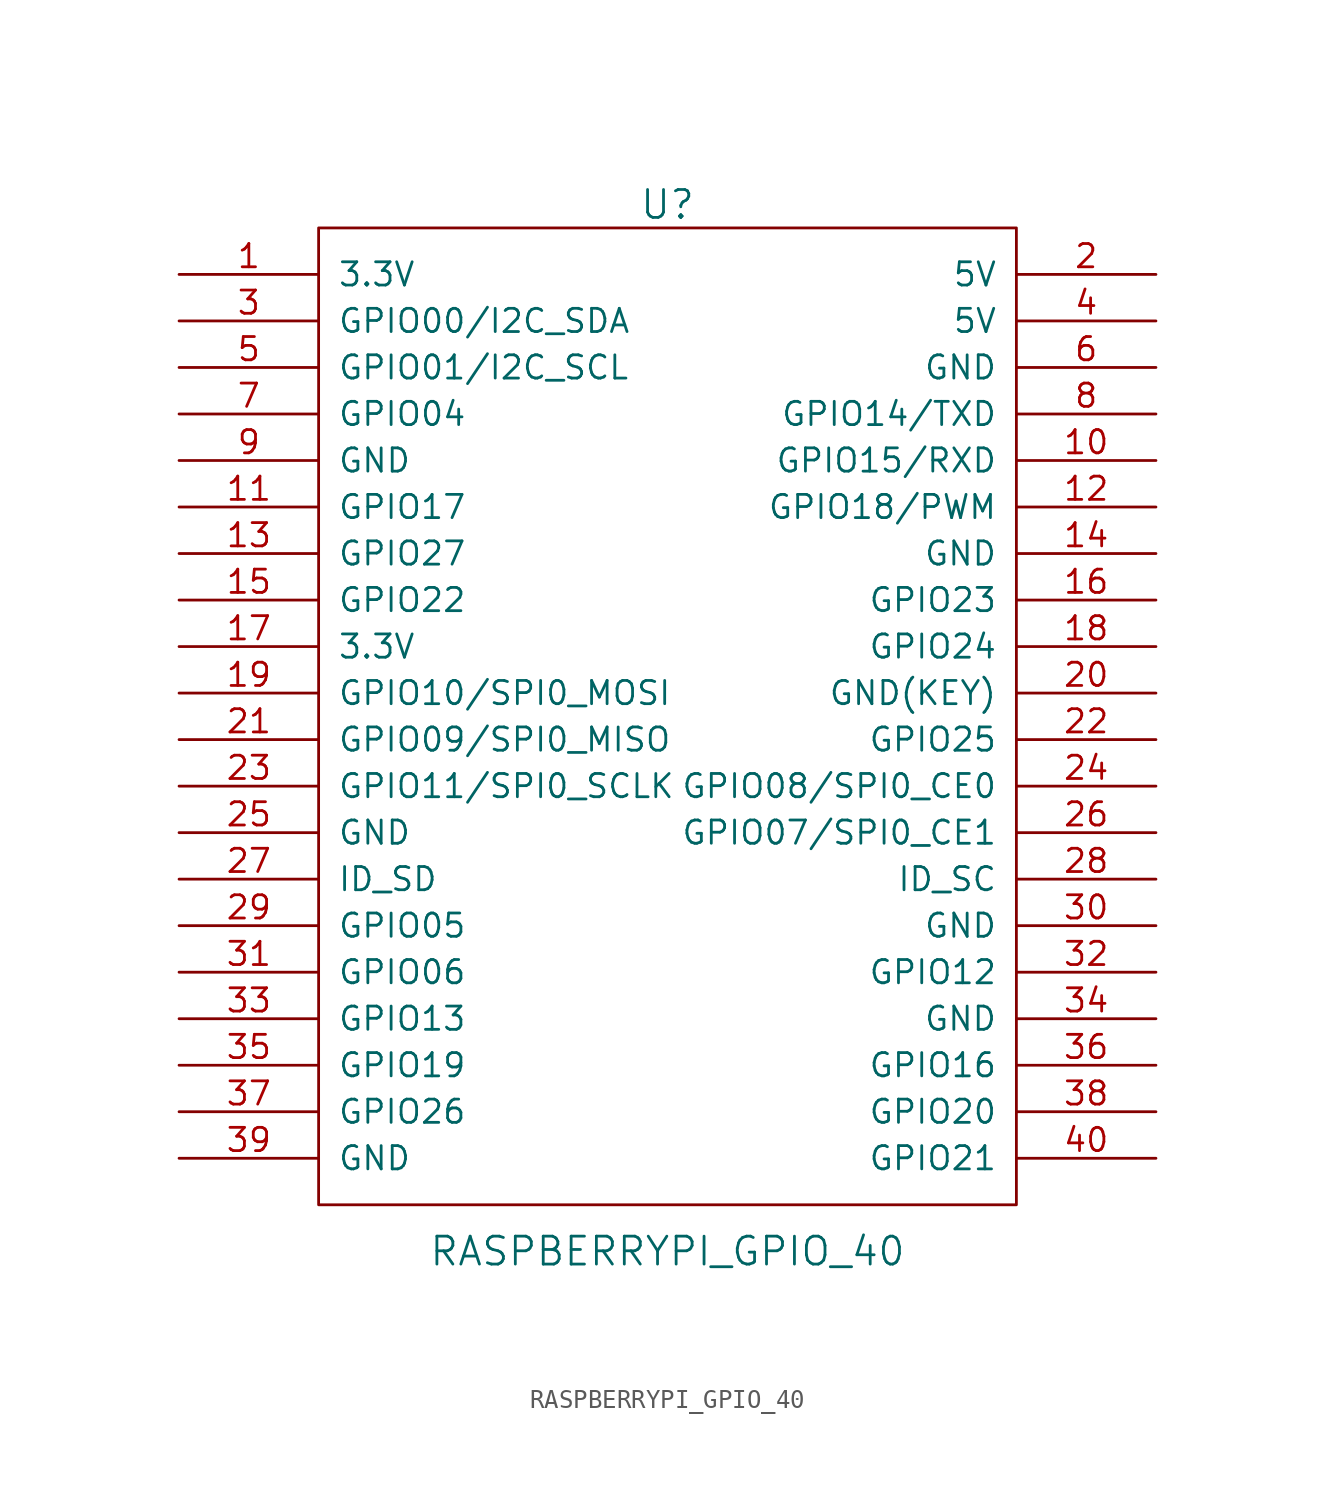
<source format=kicad_sym>
(kicad_symbol_lib
  (version 20220914)
  (generator kicad_symbol_editor)
  (symbol "RASPBERRYPI_GPIO_40"
    (pin_names
      (offset 1.016))
    (property "Reference" "U"
      (at 0 19.05 0)
      (effects (font (size 1.524 1.524))))
    (property "Value" "RASPBERRYPI_GPIO_40"
      (at 0 -38.1 0)
      (effects (font (size 1.524 1.524))))
    (property "Footprint" ""
      (at 0 -21.59 0)
      (effects (font (size 1.524 1.524))))
    (property "Datasheet" ""
      (at 0 -21.59 0)
      (effects (font (size 1.524 1.524))))
    (symbol "RASPBERRYPI_GPIO_40_0_1"
      (rectangle (start -19.05 17.78) (end 19.05 -35.56) (stroke (width 0) (type solid)) (fill (type none))))
    (symbol "RASPBERRYPI_GPIO_40_1_1"
      (pin input line (at -26.67 15.24 0) (length 7.62) (name "3.3V" (effects (font (size 1.27 1.27)))) (number "1" (effects (font (size 1.27 1.27)))))
      (pin input line (at 26.67 5.08 180) (length 7.62) (name "GPIO15/RXD" (effects (font (size 1.27 1.27)))) (number "10" (effects (font (size 1.27 1.27)))))
      (pin input line (at -26.67 2.54 0) (length 7.62) (name "GPIO17" (effects (font (size 1.27 1.27)))) (number "11" (effects (font (size 1.27 1.27)))))
      (pin input line (at 26.67 2.54 180) (length 7.62) (name "GPIO18/PWM" (effects (font (size 1.27 1.27)))) (number "12" (effects (font (size 1.27 1.27)))))
      (pin input line (at -26.67 0 0) (length 7.62) (name "GPIO27" (effects (font (size 1.27 1.27)))) (number "13" (effects (font (size 1.27 1.27)))))
      (pin input line (at 26.67 0 180) (length 7.62) (name "GND" (effects (font (size 1.27 1.27)))) (number "14" (effects (font (size 1.27 1.27)))))
      (pin input line (at -26.67 -2.54 0) (length 7.62) (name "GPIO22" (effects (font (size 1.27 1.27)))) (number "15" (effects (font (size 1.27 1.27)))))
      (pin input line (at 26.67 -2.54 180) (length 7.62) (name "GPIO23" (effects (font (size 1.27 1.27)))) (number "16" (effects (font (size 1.27 1.27)))))
      (pin input line (at -26.67 -5.08 0) (length 7.62) (name "3.3V" (effects (font (size 1.27 1.27)))) (number "17" (effects (font (size 1.27 1.27)))))
      (pin input line (at 26.67 -5.08 180) (length 7.62) (name "GPIO24" (effects (font (size 1.27 1.27)))) (number "18" (effects (font (size 1.27 1.27)))))
      (pin input line (at -26.67 -7.62 0) (length 7.62) (name "GPIO10/SPI0_MOSI" (effects (font (size 1.27 1.27)))) (number "19" (effects (font (size 1.27 1.27)))))
      (pin input line (at 26.67 15.24 180) (length 7.62) (name "5V" (effects (font (size 1.27 1.27)))) (number "2" (effects (font (size 1.27 1.27)))))
      (pin input line (at 26.67 -7.62 180) (length 7.62) (name "GND(KEY)" (effects (font (size 1.27 1.27)))) (number "20" (effects (font (size 1.27 1.27)))))
      (pin input line (at -26.67 -10.16 0) (length 7.62) (name "GPIO09/SPI0_MISO" (effects (font (size 1.27 1.27)))) (number "21" (effects (font (size 1.27 1.27)))))
      (pin input line (at 26.67 -10.16 180) (length 7.62) (name "GPIO25" (effects (font (size 1.27 1.27)))) (number "22" (effects (font (size 1.27 1.27)))))
      (pin input line (at -26.67 -12.7 0) (length 7.62) (name "GPIO11/SPI0_SCLK" (effects (font (size 1.27 1.27)))) (number "23" (effects (font (size 1.27 1.27)))))
      (pin input line (at 26.67 -12.7 180) (length 7.62) (name "GPIO08/SPI0_CE0" (effects (font (size 1.27 1.27)))) (number "24" (effects (font (size 1.27 1.27)))))
      (pin input line (at -26.67 -15.24 0) (length 7.62) (name "GND" (effects (font (size 1.27 1.27)))) (number "25" (effects (font (size 1.27 1.27)))))
      (pin input line (at 26.67 -15.24 180) (length 7.62) (name "GPIO07/SPI0_CE1" (effects (font (size 1.27 1.27)))) (number "26" (effects (font (size 1.27 1.27)))))
      (pin input line (at -26.67 -17.78 0) (length 7.62) (name "ID_SD" (effects (font (size 1.27 1.27)))) (number "27" (effects (font (size 1.27 1.27)))))
      (pin input line (at 26.67 -17.78 180) (length 7.62) (name "ID_SC" (effects (font (size 1.27 1.27)))) (number "28" (effects (font (size 1.27 1.27)))))
      (pin input line (at -26.67 -20.32 0) (length 7.62) (name "GPIO05" (effects (font (size 1.27 1.27)))) (number "29" (effects (font (size 1.27 1.27)))))
      (pin input line (at -26.67 12.7 0) (length 7.62) (name "GPIO00/I2C_SDA" (effects (font (size 1.27 1.27)))) (number "3" (effects (font (size 1.27 1.27)))))
      (pin input line (at 26.67 -20.32 180) (length 7.62) (name "GND" (effects (font (size 1.27 1.27)))) (number "30" (effects (font (size 1.27 1.27)))))
      (pin input line (at -26.67 -22.86 0) (length 7.62) (name "GPIO06" (effects (font (size 1.27 1.27)))) (number "31" (effects (font (size 1.27 1.27)))))
      (pin input line (at 26.67 -22.86 180) (length 7.62) (name "GPIO12" (effects (font (size 1.27 1.27)))) (number "32" (effects (font (size 1.27 1.27)))))
      (pin input line (at -26.67 -25.4 0) (length 7.62) (name "GPIO13" (effects (font (size 1.27 1.27)))) (number "33" (effects (font (size 1.27 1.27)))))
      (pin input line (at 26.67 -25.4 180) (length 7.62) (name "GND" (effects (font (size 1.27 1.27)))) (number "34" (effects (font (size 1.27 1.27)))))
      (pin input line (at -26.67 -27.94 0) (length 7.62) (name "GPIO19" (effects (font (size 1.27 1.27)))) (number "35" (effects (font (size 1.27 1.27)))))
      (pin input line (at 26.67 -27.94 180) (length 7.62) (name "GPIO16" (effects (font (size 1.27 1.27)))) (number "36" (effects (font (size 1.27 1.27)))))
      (pin input line (at -26.67 -30.48 0) (length 7.62) (name "GPIO26" (effects (font (size 1.27 1.27)))) (number "37" (effects (font (size 1.27 1.27)))))
      (pin input line (at 26.67 -30.48 180) (length 7.62) (name "GPIO20" (effects (font (size 1.27 1.27)))) (number "38" (effects (font (size 1.27 1.27)))))
      (pin input line (at -26.67 -33.02 0) (length 7.62) (name "GND" (effects (font (size 1.27 1.27)))) (number "39" (effects (font (size 1.27 1.27)))))
      (pin input line (at 26.67 12.7 180) (length 7.62) (name "5V" (effects (font (size 1.27 1.27)))) (number "4" (effects (font (size 1.27 1.27)))))
      (pin input line (at 26.67 -33.02 180) (length 7.62) (name "GPIO21" (effects (font (size 1.27 1.27)))) (number "40" (effects (font (size 1.27 1.27)))))
      (pin input line (at -26.67 10.16 0) (length 7.62) (name "GPIO01/I2C_SCL" (effects (font (size 1.27 1.27)))) (number "5" (effects (font (size 1.27 1.27)))))
      (pin input line (at 26.67 10.16 180) (length 7.62) (name "GND" (effects (font (size 1.27 1.27)))) (number "6" (effects (font (size 1.27 1.27)))))
      (pin input line (at -26.67 7.62 0) (length 7.62) (name "GPIO04" (effects (font (size 1.27 1.27)))) (number "7" (effects (font (size 1.27 1.27)))))
      (pin input line (at 26.67 7.62 180) (length 7.62) (name "GPIO14/TXD" (effects (font (size 1.27 1.27)))) (number "8" (effects (font (size 1.27 1.27)))))
      (pin input line (at -26.67 5.08 0) (length 7.62) (name "GND" (effects (font (size 1.27 1.27)))) (number "9" (effects (font (size 1.27 1.27))))))))
</source>
